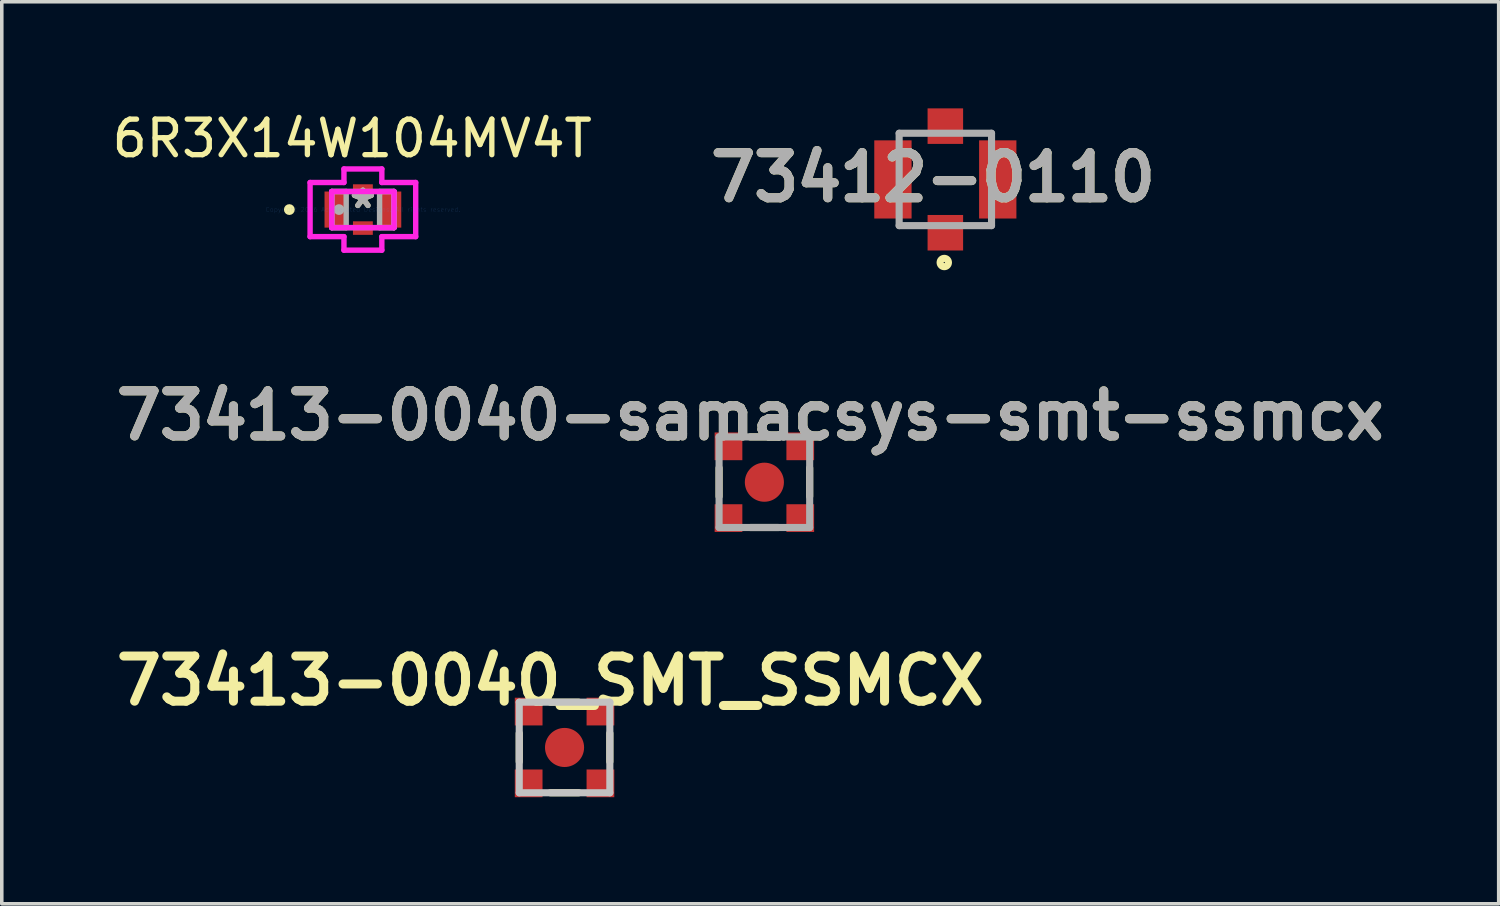
<source format=kicad_pcb>
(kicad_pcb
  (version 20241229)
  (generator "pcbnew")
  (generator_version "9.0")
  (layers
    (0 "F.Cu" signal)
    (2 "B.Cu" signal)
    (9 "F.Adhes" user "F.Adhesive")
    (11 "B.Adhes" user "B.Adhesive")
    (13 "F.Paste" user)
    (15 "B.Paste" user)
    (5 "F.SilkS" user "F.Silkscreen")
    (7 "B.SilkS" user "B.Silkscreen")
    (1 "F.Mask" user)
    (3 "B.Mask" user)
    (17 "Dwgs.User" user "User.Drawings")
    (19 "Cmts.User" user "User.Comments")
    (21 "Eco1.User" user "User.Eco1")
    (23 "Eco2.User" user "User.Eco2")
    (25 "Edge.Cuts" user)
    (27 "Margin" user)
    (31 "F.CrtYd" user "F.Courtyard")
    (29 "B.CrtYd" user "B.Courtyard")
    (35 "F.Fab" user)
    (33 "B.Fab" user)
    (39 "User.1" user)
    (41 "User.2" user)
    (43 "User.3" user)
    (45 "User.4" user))
  (footprint "6R3X14W104MV4T"
    (layer "F.Cu")
    (at 7.163 2.848)
    (property "Reference" "6R3X14W104MV4T" (at -0.3 -2 0) (layer "F.SilkS") (effects (font (size 1 1) (thickness 0.15))))
    (attr through_hole)
    (fp_circle (center -2.07 0) (end -1.994 0) (stroke (width 0.152) (type solid)) (fill no) (layer "F.SilkS"))
    (fp_line (start -1.486 -0.762) (end -0.533 -0.762) (stroke (width 0.152) (type solid)) (layer "F.CrtYd"))
    (fp_line (start -1.486 0.762) (end -1.486 -0.762) (stroke (width 0.152) (type solid)) (layer "F.CrtYd"))
    (fp_line (start -0.876 -0.508) (end 0.876 -0.508) (stroke (width 0.152) (type solid)) (layer "F.CrtYd"))
    (fp_line (start -0.876 0.508) (end -0.876 -0.508) (stroke (width 0.152) (type solid)) (layer "F.CrtYd"))
    (fp_line (start -0.533 -1.143) (end 0.533 -1.143) (stroke (width 0.152) (type solid)) (layer "F.CrtYd"))
    (fp_line (start -0.533 -0.762) (end -0.533 -1.143) (stroke (width 0.152) (type solid)) (layer "F.CrtYd"))
    (fp_line (start -0.533 0.762) (end -1.486 0.762) (stroke (width 0.152) (type solid)) (layer "F.CrtYd"))
    (fp_line (start -0.533 1.143) (end -0.533 0.762) (stroke (width 0.152) (type solid)) (layer "F.CrtYd"))
    (fp_line (start 0.533 -1.143) (end 0.533 -0.762) (stroke (width 0.152) (type solid)) (layer "F.CrtYd"))
    (fp_line (start 0.533 -0.762) (end 1.486 -0.762) (stroke (width 0.152) (type solid)) (layer "F.CrtYd"))
    (fp_line (start 0.533 0.762) (end 0.533 1.143) (stroke (width 0.152) (type solid)) (layer "F.CrtYd"))
    (fp_line (start 0.533 1.143) (end -0.533 1.143) (stroke (width 0.152) (type solid)) (layer "F.CrtYd"))
    (fp_line (start 0.876 -0.508) (end 0.876 0.508) (stroke (width 0.152) (type solid)) (layer "F.CrtYd"))
    (fp_line (start 0.876 0.508) (end -0.876 0.508) (stroke (width 0.152) (type solid)) (layer "F.CrtYd"))
    (fp_line (start 1.486 -0.762) (end 1.486 0.762) (stroke (width 0.152) (type solid)) (layer "F.CrtYd"))
    (fp_line (start 1.486 0.762) (end 0.533 0.762) (stroke (width 0.152) (type solid)) (layer "F.CrtYd"))
    (fp_line (start -0.876 -0.508) (end -0.876 0.508) (stroke (width 0.152) (type solid)) (layer "F.Fab"))
    (fp_line (start -0.876 -0.508) (end -0.876 0.508) (stroke (width 0.152) (type solid)) (layer "F.Fab"))
    (fp_line (start -0.876 0.508) (end -0.47 0.508) (stroke (width 0.152) (type solid)) (layer "F.Fab"))
    (fp_line (start -0.876 0.508) (end 0.876 0.508) (stroke (width 0.152) (type solid)) (layer "F.Fab"))
    (fp_line (start -0.47 -0.508) (end -0.876 -0.508) (stroke (width 0.152) (type solid)) (layer "F.Fab"))
    (fp_line (start -0.47 0.508) (end -0.47 -0.508) (stroke (width 0.152) (type solid)) (layer "F.Fab"))
    (fp_line (start 0.47 -0.508) (end 0.47 0.508) (stroke (width 0.152) (type solid)) (layer "F.Fab"))
    (fp_line (start 0.47 0.508) (end 0.876 0.508) (stroke (width 0.152) (type solid)) (layer "F.Fab"))
    (fp_line (start 0.876 -0.508) (end -0.876 -0.508) (stroke (width 0.152) (type solid)) (layer "F.Fab"))
    (fp_line (start 0.876 -0.508) (end 0.47 -0.508) (stroke (width 0.152) (type solid)) (layer "F.Fab"))
    (fp_line (start 0.876 0.508) (end 0.876 -0.508) (stroke (width 0.152) (type solid)) (layer "F.Fab"))
    (fp_line (start 0.876 0.508) (end 0.876 -0.508) (stroke (width 0.152) (type solid)) (layer "F.Fab"))
    (fp_circle (center -0.673 0) (end -0.597 0) (stroke (width 0.152) (type solid)) (fill no) (layer "F.Fab"))
    (fp_text user "*" (at 0 0 0) (layer "F.SilkS") (effects (font (size 1 1) (thickness 0.15))))
    (fp_text user "Copyright 2016 Accelerated Designs. All rights reserved." (at 0 0 0) (layer "Cmts.User") (effects (font (size 0.127 0.127) (thickness 0.002))))
    (fp_text user "*" (at 0 0 0) (layer "F.Fab") (effects (font (size 1 1) (thickness 0.15))))
    (pad "1" smd rect (at -0.775 0) (size 0.61 1.016) (layers "F.Cu" "F.Mask" "F.Paste"))
    (pad "2" smd rect (at 0.775 0) (size 0.61 1.016) (layers "F.Cu" "F.Mask" "F.Paste"))
    (pad "3" smd rect (at 0 -0.521) (size 0.559 0.381) (layers "F.Cu" "F.Mask" "F.Paste"))
    (pad "4" smd rect (at 0 0.521) (size 0.559 0.381) (layers "F.Cu" "F.Mask" "F.Paste")))
  (footprint "73413-0040-samacsys-smt-ssmcx"
    (layer "F.Cu")
    (at 18.462 10.521)
    (property "Reference" "73413-0040-samacsys-smt-ssmcx" (at -0.398 -1.877 0) (layer "F.SilkS") (effects (font (size 1.27 1.27) (thickness 0.254))))
    (attr smd)
    (fp_line (start -1.275 -0.4) (end -1.275 0.4) (stroke (width 0.2) (type solid)) (layer "F.SilkS"))
    (fp_line (start -0.4 -1.275) (end 0.4 -1.275) (stroke (width 0.2) (type solid)) (layer "F.SilkS"))
    (fp_line (start -0.4 1.275) (end 0.4 1.275) (stroke (width 0.2) (type solid)) (layer "F.SilkS"))
    (fp_line (start 1.275 -0.4) (end 1.275 0.4) (stroke (width 0.2) (type solid)) (layer "F.SilkS"))
    (fp_line (start -1.275 -1.275) (end 1.275 -1.275) (stroke (width 0.2) (type solid)) (layer "F.Fab"))
    (fp_line (start -1.275 1.275) (end -1.275 -1.275) (stroke (width 0.2) (type solid)) (layer "F.Fab"))
    (fp_line (start 1.275 -1.275) (end 1.275 1.275) (stroke (width 0.2) (type solid)) (layer "F.Fab"))
    (fp_line (start 1.275 1.275) (end -1.275 1.275) (stroke (width 0.2) (type solid)) (layer "F.Fab"))
    (fp_text user "${REFERENCE}" (at -0.398 -1.877 0) (layer "F.Fab") (effects (font (size 1.27 1.27) (thickness 0.254))))
    (pad "1" smd circle (at 0 0 90) (size 1.1 1.1) (layers "F.Cu" "F.Mask" "F.Paste"))
    (pad "2" smd rect (at -1.01 -1.01 90) (size 0.78 0.78) (layers "F.Cu" "F.Mask" "F.Paste"))
    (pad "2" smd rect (at -1.01 1.01 90) (size 0.78 0.78) (layers "F.Cu" "F.Mask" "F.Paste"))
    (pad "2" smd rect (at 1.01 -1.01 90) (size 0.78 0.78) (layers "F.Cu" "F.Mask" "F.Paste"))
    (pad "2" smd rect (at 1.01 1.01 90) (size 0.78 0.78) (layers "F.Cu" "F.Mask" "F.Paste")))
  (footprint "73413-0040_SMT_SSMCX"
    (layer "F.Cu")
    (at 12.838 17.986)
    (property "Reference" "73413-0040_SMT_SSMCX" (at -0.398 -1.877 0) (layer "F.SilkS") (effects (font (size 1.27 1.27) (thickness 0.254))))
    (attr smd)
    (fp_line (start -1.275 -0.4) (end -1.275 0.4) (stroke (width 0.2) (type solid)) (layer "F.SilkS"))
    (fp_line (start -0.4 -1.275) (end 0.4 -1.275) (stroke (width 0.2) (type solid)) (layer "F.SilkS"))
    (fp_line (start -0.4 1.275) (end 0.4 1.275) (stroke (width 0.2) (type solid)) (layer "F.SilkS"))
    (fp_line (start 1.275 -0.4) (end 1.275 0.4) (stroke (width 0.2) (type solid)) (layer "F.SilkS"))
    (fp_line (start -1.275 -1.275) (end 1.275 -1.275) (stroke (width 0.2) (type solid)) (layer "Dwgs.User"))
    (fp_line (start -1.275 1.275) (end -1.275 -1.275) (stroke (width 0.2) (type solid)) (layer "Dwgs.User"))
    (fp_line (start 1.275 -1.275) (end 1.275 1.275) (stroke (width 0.2) (type solid)) (layer "Dwgs.User"))
    (fp_line (start 1.275 1.275) (end -1.275 1.275) (stroke (width 0.2) (type solid)) (layer "Dwgs.User"))
    (pad "1" smd circle (at 0 0 90) (size 1.1 1.1) (layers "F.Cu" "F.Mask" "F.Paste"))
    (pad "2" smd rect (at -1.01 -1.01 90) (size 0.78 0.78) (layers "F.Cu" "F.Mask" "F.Paste"))
    (pad "2" smd rect (at -1.01 1.01 90) (size 0.78 0.78) (layers "F.Cu" "F.Mask" "F.Paste"))
    (pad "2" smd rect (at 1.01 -1.01 90) (size 0.78 0.78) (layers "F.Cu" "F.Mask" "F.Paste"))
    (pad "2" smd rect (at 1.01 1.01 90) (size 0.78 0.78) (layers "F.Cu" "F.Mask" "F.Paste")))
  (footprint "73412-0110"
    (layer "F.Cu")
    (at 23.555 2)
    (property "Reference" "73412-0110" (at -0.346 -0.058 0) (layer "F.SilkS") (effects (font (size 1.27 1.27) (thickness 0.254))))
    (attr smd)
    (fp_circle (center -0.03 2.338) (end -0.03 2.355) (stroke (width 0.2) (type solid)) (fill no) (layer "F.SilkS"))
    (fp_line (start -1.3 -1.3) (end 1.3 -1.3) (stroke (width 0.2) (type solid)) (layer "F.Fab"))
    (fp_line (start -1.3 1.3) (end -1.3 -1.3) (stroke (width 0.2) (type solid)) (layer "F.Fab"))
    (fp_line (start 1.3 -1.3) (end 1.3 1.3) (stroke (width 0.2) (type solid)) (layer "F.Fab"))
    (fp_line (start 1.3 1.3) (end -1.3 1.3) (stroke (width 0.2) (type solid)) (layer "F.Fab"))
    (fp_text user "${REFERENCE}" (at -0.346 -0.058 0) (layer "F.Fab") (effects (font (size 1.27 1.27) (thickness 0.254))))
    (pad "1" smd rect (at 0 1.5 90) (size 1 1) (layers "F.Cu" "F.Mask" "F.Paste"))
    (pad "2" smd rect (at -1.475 0) (size 1.05 2.2) (layers "F.Cu" "F.Mask" "F.Paste"))
    (pad "2" smd rect (at 0 -1.5 90) (size 1 1) (layers "F.Cu" "F.Mask" "F.Paste"))
    (pad "2" smd rect (at 1.475 0) (size 1.05 2.2) (layers "F.Cu" "F.Mask" "F.Paste")))
  (gr_rect
    (start -3 -3)
    (end 39.128 22.386)
    (stroke (width 0.1) (type default))
    (fill no)
    (layer "Edge.Cuts")))
</source>
